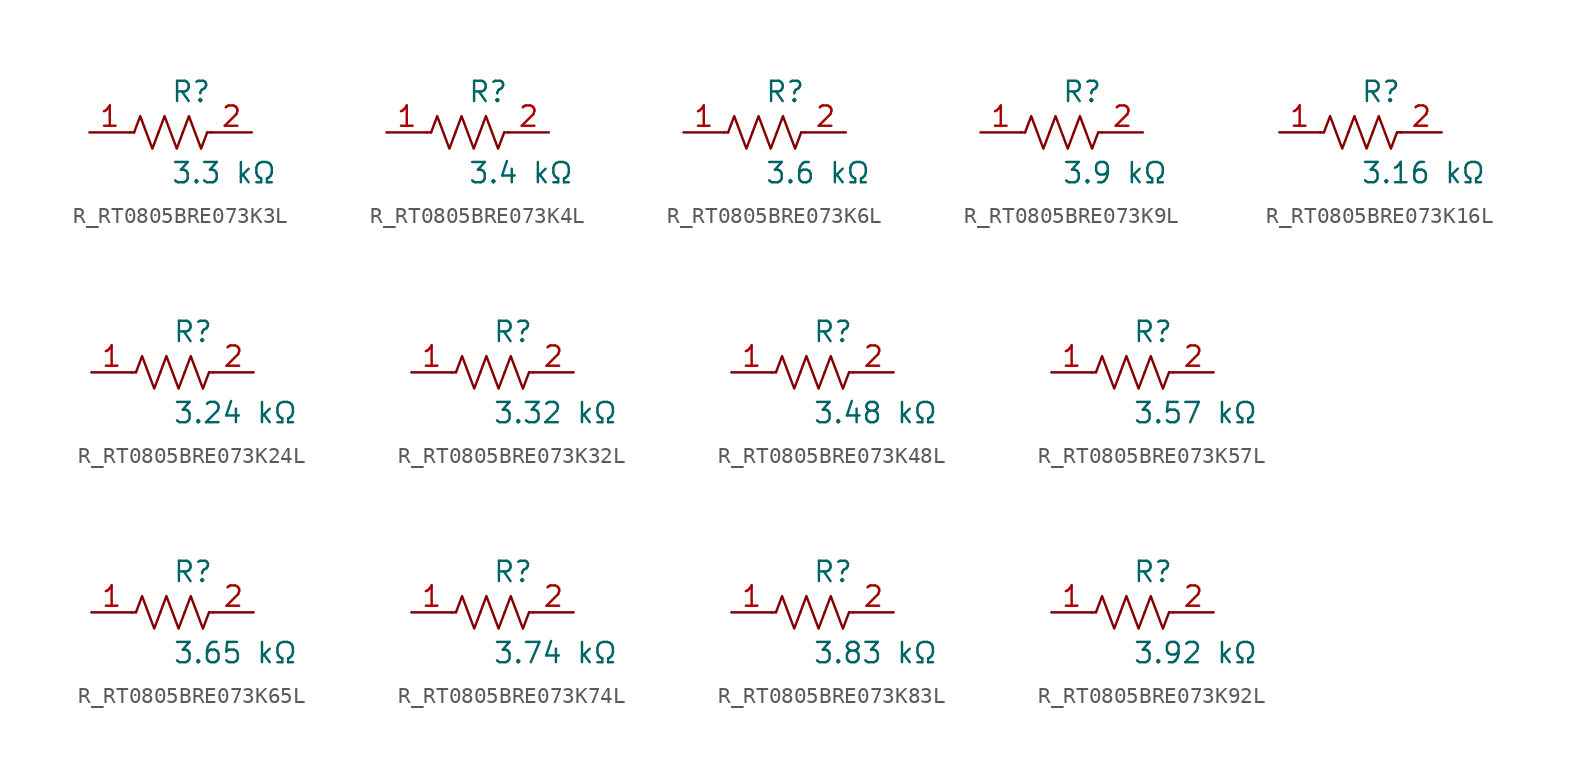
<source format=kicad_sym>
(kicad_symbol_lib
  (version 20231120)
  (generator kicad_symbol_editor)
  (generator_version 8.0)
  (symbol "R_RT0805BRE073K3L"
    (pin_names
      (offset 0.254))
    (property "Reference" "R"
      (at 0.0 2.54 0)
      (effects (font (size 1.27 1.27)) (justify left)))
    (property "Value" "3.3 kΩ"
      (at 0.0 -2.54 0)
      (effects (font (size 1.27 1.27)) (justify left)))
    (symbol "R_RT0805BRE073K3L_0_1"
      (polyline (pts (xy 2.286 0) (xy 2.54 0)) (stroke (width 0) (type default)) (fill (type none)))
      (polyline (pts (xy -2.286 0) (xy -2.54 0)) (stroke (width 0) (type default)) (fill (type none)))
      (polyline (pts (xy 0.762 0) (xy 1.143 1.016) (xy 1.524 0) (xy 1.905 -1.016) (xy 2.286 0)) (stroke (width 0) (type default)) (fill (type none)))
      (polyline (pts (xy -0.762 0) (xy -0.381 1.016) (xy 0 0) (xy 0.381 -1.016) (xy 0.762 0)) (stroke (width 0) (type default)) (fill (type none)))
      (polyline (pts (xy -2.286 0) (xy -1.905 1.016) (xy -1.524 0) (xy -1.143 -1.016) (xy -0.762 0)) (stroke (width 0) (type default)) (fill (type none))))
    (pin unspecified line
      (at -5.08 0 0)
      (length 2.54)
      (name "" (effects (font (size 1.27 1.27))))
      (number "1" (effects (font (size 1.27 1.27)))))
    (pin unspecified line
      (at 5.08 0 180)
      (length 2.54)
      (name "" (effects (font (size 1.27 1.27))))
      (number "2" (effects (font (size 1.27 1.27))))))
  (symbol "R_RT0805BRE073K4L"
    (pin_names
      (offset 0.254))
    (property "Reference" "R"
      (at 0.0 2.54 0)
      (effects (font (size 1.27 1.27)) (justify left)))
    (property "Value" "3.4 kΩ"
      (at 0.0 -2.54 0)
      (effects (font (size 1.27 1.27)) (justify left)))
    (symbol "R_RT0805BRE073K4L_0_1"
      (polyline (pts (xy 2.286 0) (xy 2.54 0)) (stroke (width 0) (type default)) (fill (type none)))
      (polyline (pts (xy -2.286 0) (xy -2.54 0)) (stroke (width 0) (type default)) (fill (type none)))
      (polyline (pts (xy 0.762 0) (xy 1.143 1.016) (xy 1.524 0) (xy 1.905 -1.016) (xy 2.286 0)) (stroke (width 0) (type default)) (fill (type none)))
      (polyline (pts (xy -0.762 0) (xy -0.381 1.016) (xy 0 0) (xy 0.381 -1.016) (xy 0.762 0)) (stroke (width 0) (type default)) (fill (type none)))
      (polyline (pts (xy -2.286 0) (xy -1.905 1.016) (xy -1.524 0) (xy -1.143 -1.016) (xy -0.762 0)) (stroke (width 0) (type default)) (fill (type none))))
    (pin unspecified line
      (at -5.08 0 0)
      (length 2.54)
      (name "" (effects (font (size 1.27 1.27))))
      (number "1" (effects (font (size 1.27 1.27)))))
    (pin unspecified line
      (at 5.08 0 180)
      (length 2.54)
      (name "" (effects (font (size 1.27 1.27))))
      (number "2" (effects (font (size 1.27 1.27))))))
  (symbol "R_RT0805BRE073K6L"
    (pin_names
      (offset 0.254))
    (property "Reference" "R"
      (at 0.0 2.54 0)
      (effects (font (size 1.27 1.27)) (justify left)))
    (property "Value" "3.6 kΩ"
      (at 0.0 -2.54 0)
      (effects (font (size 1.27 1.27)) (justify left)))
    (symbol "R_RT0805BRE073K6L_0_1"
      (polyline (pts (xy 2.286 0) (xy 2.54 0)) (stroke (width 0) (type default)) (fill (type none)))
      (polyline (pts (xy -2.286 0) (xy -2.54 0)) (stroke (width 0) (type default)) (fill (type none)))
      (polyline (pts (xy 0.762 0) (xy 1.143 1.016) (xy 1.524 0) (xy 1.905 -1.016) (xy 2.286 0)) (stroke (width 0) (type default)) (fill (type none)))
      (polyline (pts (xy -0.762 0) (xy -0.381 1.016) (xy 0 0) (xy 0.381 -1.016) (xy 0.762 0)) (stroke (width 0) (type default)) (fill (type none)))
      (polyline (pts (xy -2.286 0) (xy -1.905 1.016) (xy -1.524 0) (xy -1.143 -1.016) (xy -0.762 0)) (stroke (width 0) (type default)) (fill (type none))))
    (pin unspecified line
      (at -5.08 0 0)
      (length 2.54)
      (name "" (effects (font (size 1.27 1.27))))
      (number "1" (effects (font (size 1.27 1.27)))))
    (pin unspecified line
      (at 5.08 0 180)
      (length 2.54)
      (name "" (effects (font (size 1.27 1.27))))
      (number "2" (effects (font (size 1.27 1.27))))))
  (symbol "R_RT0805BRE073K9L"
    (pin_names
      (offset 0.254))
    (property "Reference" "R"
      (at 0.0 2.54 0)
      (effects (font (size 1.27 1.27)) (justify left)))
    (property "Value" "3.9 kΩ"
      (at 0.0 -2.54 0)
      (effects (font (size 1.27 1.27)) (justify left)))
    (symbol "R_RT0805BRE073K9L_0_1"
      (polyline (pts (xy 2.286 0) (xy 2.54 0)) (stroke (width 0) (type default)) (fill (type none)))
      (polyline (pts (xy -2.286 0) (xy -2.54 0)) (stroke (width 0) (type default)) (fill (type none)))
      (polyline (pts (xy 0.762 0) (xy 1.143 1.016) (xy 1.524 0) (xy 1.905 -1.016) (xy 2.286 0)) (stroke (width 0) (type default)) (fill (type none)))
      (polyline (pts (xy -0.762 0) (xy -0.381 1.016) (xy 0 0) (xy 0.381 -1.016) (xy 0.762 0)) (stroke (width 0) (type default)) (fill (type none)))
      (polyline (pts (xy -2.286 0) (xy -1.905 1.016) (xy -1.524 0) (xy -1.143 -1.016) (xy -0.762 0)) (stroke (width 0) (type default)) (fill (type none))))
    (pin unspecified line
      (at -5.08 0 0)
      (length 2.54)
      (name "" (effects (font (size 1.27 1.27))))
      (number "1" (effects (font (size 1.27 1.27)))))
    (pin unspecified line
      (at 5.08 0 180)
      (length 2.54)
      (name "" (effects (font (size 1.27 1.27))))
      (number "2" (effects (font (size 1.27 1.27))))))
  (symbol "R_RT0805BRE073K16L"
    (pin_names
      (offset 0.254))
    (property "Reference" "R"
      (at 0.0 2.54 0)
      (effects (font (size 1.27 1.27)) (justify left)))
    (property "Value" "3.16 kΩ"
      (at 0.0 -2.54 0)
      (effects (font (size 1.27 1.27)) (justify left)))
    (symbol "R_RT0805BRE073K16L_0_1"
      (polyline (pts (xy 2.286 0) (xy 2.54 0)) (stroke (width 0) (type default)) (fill (type none)))
      (polyline (pts (xy -2.286 0) (xy -2.54 0)) (stroke (width 0) (type default)) (fill (type none)))
      (polyline (pts (xy 0.762 0) (xy 1.143 1.016) (xy 1.524 0) (xy 1.905 -1.016) (xy 2.286 0)) (stroke (width 0) (type default)) (fill (type none)))
      (polyline (pts (xy -0.762 0) (xy -0.381 1.016) (xy 0 0) (xy 0.381 -1.016) (xy 0.762 0)) (stroke (width 0) (type default)) (fill (type none)))
      (polyline (pts (xy -2.286 0) (xy -1.905 1.016) (xy -1.524 0) (xy -1.143 -1.016) (xy -0.762 0)) (stroke (width 0) (type default)) (fill (type none))))
    (pin unspecified line
      (at -5.08 0 0)
      (length 2.54)
      (name "" (effects (font (size 1.27 1.27))))
      (number "1" (effects (font (size 1.27 1.27)))))
    (pin unspecified line
      (at 5.08 0 180)
      (length 2.54)
      (name "" (effects (font (size 1.27 1.27))))
      (number "2" (effects (font (size 1.27 1.27))))))
  (symbol "R_RT0805BRE073K24L"
    (pin_names
      (offset 0.254))
    (property "Reference" "R"
      (at 0.0 2.54 0)
      (effects (font (size 1.27 1.27)) (justify left)))
    (property "Value" "3.24 kΩ"
      (at 0.0 -2.54 0)
      (effects (font (size 1.27 1.27)) (justify left)))
    (symbol "R_RT0805BRE073K24L_0_1"
      (polyline (pts (xy 2.286 0) (xy 2.54 0)) (stroke (width 0) (type default)) (fill (type none)))
      (polyline (pts (xy -2.286 0) (xy -2.54 0)) (stroke (width 0) (type default)) (fill (type none)))
      (polyline (pts (xy 0.762 0) (xy 1.143 1.016) (xy 1.524 0) (xy 1.905 -1.016) (xy 2.286 0)) (stroke (width 0) (type default)) (fill (type none)))
      (polyline (pts (xy -0.762 0) (xy -0.381 1.016) (xy 0 0) (xy 0.381 -1.016) (xy 0.762 0)) (stroke (width 0) (type default)) (fill (type none)))
      (polyline (pts (xy -2.286 0) (xy -1.905 1.016) (xy -1.524 0) (xy -1.143 -1.016) (xy -0.762 0)) (stroke (width 0) (type default)) (fill (type none))))
    (pin unspecified line
      (at -5.08 0 0)
      (length 2.54)
      (name "" (effects (font (size 1.27 1.27))))
      (number "1" (effects (font (size 1.27 1.27)))))
    (pin unspecified line
      (at 5.08 0 180)
      (length 2.54)
      (name "" (effects (font (size 1.27 1.27))))
      (number "2" (effects (font (size 1.27 1.27))))))
  (symbol "R_RT0805BRE073K32L"
    (pin_names
      (offset 0.254))
    (property "Reference" "R"
      (at 0.0 2.54 0)
      (effects (font (size 1.27 1.27)) (justify left)))
    (property "Value" "3.32 kΩ"
      (at 0.0 -2.54 0)
      (effects (font (size 1.27 1.27)) (justify left)))
    (symbol "R_RT0805BRE073K32L_0_1"
      (polyline (pts (xy 2.286 0) (xy 2.54 0)) (stroke (width 0) (type default)) (fill (type none)))
      (polyline (pts (xy -2.286 0) (xy -2.54 0)) (stroke (width 0) (type default)) (fill (type none)))
      (polyline (pts (xy 0.762 0) (xy 1.143 1.016) (xy 1.524 0) (xy 1.905 -1.016) (xy 2.286 0)) (stroke (width 0) (type default)) (fill (type none)))
      (polyline (pts (xy -0.762 0) (xy -0.381 1.016) (xy 0 0) (xy 0.381 -1.016) (xy 0.762 0)) (stroke (width 0) (type default)) (fill (type none)))
      (polyline (pts (xy -2.286 0) (xy -1.905 1.016) (xy -1.524 0) (xy -1.143 -1.016) (xy -0.762 0)) (stroke (width 0) (type default)) (fill (type none))))
    (pin unspecified line
      (at -5.08 0 0)
      (length 2.54)
      (name "" (effects (font (size 1.27 1.27))))
      (number "1" (effects (font (size 1.27 1.27)))))
    (pin unspecified line
      (at 5.08 0 180)
      (length 2.54)
      (name "" (effects (font (size 1.27 1.27))))
      (number "2" (effects (font (size 1.27 1.27))))))
  (symbol "R_RT0805BRE073K48L"
    (pin_names
      (offset 0.254))
    (property "Reference" "R"
      (at 0.0 2.54 0)
      (effects (font (size 1.27 1.27)) (justify left)))
    (property "Value" "3.48 kΩ"
      (at 0.0 -2.54 0)
      (effects (font (size 1.27 1.27)) (justify left)))
    (symbol "R_RT0805BRE073K48L_0_1"
      (polyline (pts (xy 2.286 0) (xy 2.54 0)) (stroke (width 0) (type default)) (fill (type none)))
      (polyline (pts (xy -2.286 0) (xy -2.54 0)) (stroke (width 0) (type default)) (fill (type none)))
      (polyline (pts (xy 0.762 0) (xy 1.143 1.016) (xy 1.524 0) (xy 1.905 -1.016) (xy 2.286 0)) (stroke (width 0) (type default)) (fill (type none)))
      (polyline (pts (xy -0.762 0) (xy -0.381 1.016) (xy 0 0) (xy 0.381 -1.016) (xy 0.762 0)) (stroke (width 0) (type default)) (fill (type none)))
      (polyline (pts (xy -2.286 0) (xy -1.905 1.016) (xy -1.524 0) (xy -1.143 -1.016) (xy -0.762 0)) (stroke (width 0) (type default)) (fill (type none))))
    (pin unspecified line
      (at -5.08 0 0)
      (length 2.54)
      (name "" (effects (font (size 1.27 1.27))))
      (number "1" (effects (font (size 1.27 1.27)))))
    (pin unspecified line
      (at 5.08 0 180)
      (length 2.54)
      (name "" (effects (font (size 1.27 1.27))))
      (number "2" (effects (font (size 1.27 1.27))))))
  (symbol "R_RT0805BRE073K57L"
    (pin_names
      (offset 0.254))
    (property "Reference" "R"
      (at 0.0 2.54 0)
      (effects (font (size 1.27 1.27)) (justify left)))
    (property "Value" "3.57 kΩ"
      (at 0.0 -2.54 0)
      (effects (font (size 1.27 1.27)) (justify left)))
    (symbol "R_RT0805BRE073K57L_0_1"
      (polyline (pts (xy 2.286 0) (xy 2.54 0)) (stroke (width 0) (type default)) (fill (type none)))
      (polyline (pts (xy -2.286 0) (xy -2.54 0)) (stroke (width 0) (type default)) (fill (type none)))
      (polyline (pts (xy 0.762 0) (xy 1.143 1.016) (xy 1.524 0) (xy 1.905 -1.016) (xy 2.286 0)) (stroke (width 0) (type default)) (fill (type none)))
      (polyline (pts (xy -0.762 0) (xy -0.381 1.016) (xy 0 0) (xy 0.381 -1.016) (xy 0.762 0)) (stroke (width 0) (type default)) (fill (type none)))
      (polyline (pts (xy -2.286 0) (xy -1.905 1.016) (xy -1.524 0) (xy -1.143 -1.016) (xy -0.762 0)) (stroke (width 0) (type default)) (fill (type none))))
    (pin unspecified line
      (at -5.08 0 0)
      (length 2.54)
      (name "" (effects (font (size 1.27 1.27))))
      (number "1" (effects (font (size 1.27 1.27)))))
    (pin unspecified line
      (at 5.08 0 180)
      (length 2.54)
      (name "" (effects (font (size 1.27 1.27))))
      (number "2" (effects (font (size 1.27 1.27))))))
  (symbol "R_RT0805BRE073K65L"
    (pin_names
      (offset 0.254))
    (property "Reference" "R"
      (at 0.0 2.54 0)
      (effects (font (size 1.27 1.27)) (justify left)))
    (property "Value" "3.65 kΩ"
      (at 0.0 -2.54 0)
      (effects (font (size 1.27 1.27)) (justify left)))
    (symbol "R_RT0805BRE073K65L_0_1"
      (polyline (pts (xy 2.286 0) (xy 2.54 0)) (stroke (width 0) (type default)) (fill (type none)))
      (polyline (pts (xy -2.286 0) (xy -2.54 0)) (stroke (width 0) (type default)) (fill (type none)))
      (polyline (pts (xy 0.762 0) (xy 1.143 1.016) (xy 1.524 0) (xy 1.905 -1.016) (xy 2.286 0)) (stroke (width 0) (type default)) (fill (type none)))
      (polyline (pts (xy -0.762 0) (xy -0.381 1.016) (xy 0 0) (xy 0.381 -1.016) (xy 0.762 0)) (stroke (width 0) (type default)) (fill (type none)))
      (polyline (pts (xy -2.286 0) (xy -1.905 1.016) (xy -1.524 0) (xy -1.143 -1.016) (xy -0.762 0)) (stroke (width 0) (type default)) (fill (type none))))
    (pin unspecified line
      (at -5.08 0 0)
      (length 2.54)
      (name "" (effects (font (size 1.27 1.27))))
      (number "1" (effects (font (size 1.27 1.27)))))
    (pin unspecified line
      (at 5.08 0 180)
      (length 2.54)
      (name "" (effects (font (size 1.27 1.27))))
      (number "2" (effects (font (size 1.27 1.27))))))
  (symbol "R_RT0805BRE073K74L"
    (pin_names
      (offset 0.254))
    (property "Reference" "R"
      (at 0.0 2.54 0)
      (effects (font (size 1.27 1.27)) (justify left)))
    (property "Value" "3.74 kΩ"
      (at 0.0 -2.54 0)
      (effects (font (size 1.27 1.27)) (justify left)))
    (symbol "R_RT0805BRE073K74L_0_1"
      (polyline (pts (xy 2.286 0) (xy 2.54 0)) (stroke (width 0) (type default)) (fill (type none)))
      (polyline (pts (xy -2.286 0) (xy -2.54 0)) (stroke (width 0) (type default)) (fill (type none)))
      (polyline (pts (xy 0.762 0) (xy 1.143 1.016) (xy 1.524 0) (xy 1.905 -1.016) (xy 2.286 0)) (stroke (width 0) (type default)) (fill (type none)))
      (polyline (pts (xy -0.762 0) (xy -0.381 1.016) (xy 0 0) (xy 0.381 -1.016) (xy 0.762 0)) (stroke (width 0) (type default)) (fill (type none)))
      (polyline (pts (xy -2.286 0) (xy -1.905 1.016) (xy -1.524 0) (xy -1.143 -1.016) (xy -0.762 0)) (stroke (width 0) (type default)) (fill (type none))))
    (pin unspecified line
      (at -5.08 0 0)
      (length 2.54)
      (name "" (effects (font (size 1.27 1.27))))
      (number "1" (effects (font (size 1.27 1.27)))))
    (pin unspecified line
      (at 5.08 0 180)
      (length 2.54)
      (name "" (effects (font (size 1.27 1.27))))
      (number "2" (effects (font (size 1.27 1.27))))))
  (symbol "R_RT0805BRE073K83L"
    (pin_names
      (offset 0.254))
    (property "Reference" "R"
      (at 0.0 2.54 0)
      (effects (font (size 1.27 1.27)) (justify left)))
    (property "Value" "3.83 kΩ"
      (at 0.0 -2.54 0)
      (effects (font (size 1.27 1.27)) (justify left)))
    (symbol "R_RT0805BRE073K83L_0_1"
      (polyline (pts (xy 2.286 0) (xy 2.54 0)) (stroke (width 0) (type default)) (fill (type none)))
      (polyline (pts (xy -2.286 0) (xy -2.54 0)) (stroke (width 0) (type default)) (fill (type none)))
      (polyline (pts (xy 0.762 0) (xy 1.143 1.016) (xy 1.524 0) (xy 1.905 -1.016) (xy 2.286 0)) (stroke (width 0) (type default)) (fill (type none)))
      (polyline (pts (xy -0.762 0) (xy -0.381 1.016) (xy 0 0) (xy 0.381 -1.016) (xy 0.762 0)) (stroke (width 0) (type default)) (fill (type none)))
      (polyline (pts (xy -2.286 0) (xy -1.905 1.016) (xy -1.524 0) (xy -1.143 -1.016) (xy -0.762 0)) (stroke (width 0) (type default)) (fill (type none))))
    (pin unspecified line
      (at -5.08 0 0)
      (length 2.54)
      (name "" (effects (font (size 1.27 1.27))))
      (number "1" (effects (font (size 1.27 1.27)))))
    (pin unspecified line
      (at 5.08 0 180)
      (length 2.54)
      (name "" (effects (font (size 1.27 1.27))))
      (number "2" (effects (font (size 1.27 1.27))))))
  (symbol "R_RT0805BRE073K92L"
    (pin_names
      (offset 0.254))
    (property "Reference" "R"
      (at 0.0 2.54 0)
      (effects (font (size 1.27 1.27)) (justify left)))
    (property "Value" "3.92 kΩ"
      (at 0.0 -2.54 0)
      (effects (font (size 1.27 1.27)) (justify left)))
    (symbol "R_RT0805BRE073K92L_0_1"
      (polyline (pts (xy 2.286 0) (xy 2.54 0)) (stroke (width 0) (type default)) (fill (type none)))
      (polyline (pts (xy -2.286 0) (xy -2.54 0)) (stroke (width 0) (type default)) (fill (type none)))
      (polyline (pts (xy 0.762 0) (xy 1.143 1.016) (xy 1.524 0) (xy 1.905 -1.016) (xy 2.286 0)) (stroke (width 0) (type default)) (fill (type none)))
      (polyline (pts (xy -0.762 0) (xy -0.381 1.016) (xy 0 0) (xy 0.381 -1.016) (xy 0.762 0)) (stroke (width 0) (type default)) (fill (type none)))
      (polyline (pts (xy -2.286 0) (xy -1.905 1.016) (xy -1.524 0) (xy -1.143 -1.016) (xy -0.762 0)) (stroke (width 0) (type default)) (fill (type none))))
    (pin unspecified line
      (at -5.08 0 0)
      (length 2.54)
      (name "" (effects (font (size 1.27 1.27))))
      (number "1" (effects (font (size 1.27 1.27)))))
    (pin unspecified line
      (at 5.08 0 180)
      (length 2.54)
      (name "" (effects (font (size 1.27 1.27))))
      (number "2" (effects (font (size 1.27 1.27)))))))
</source>
